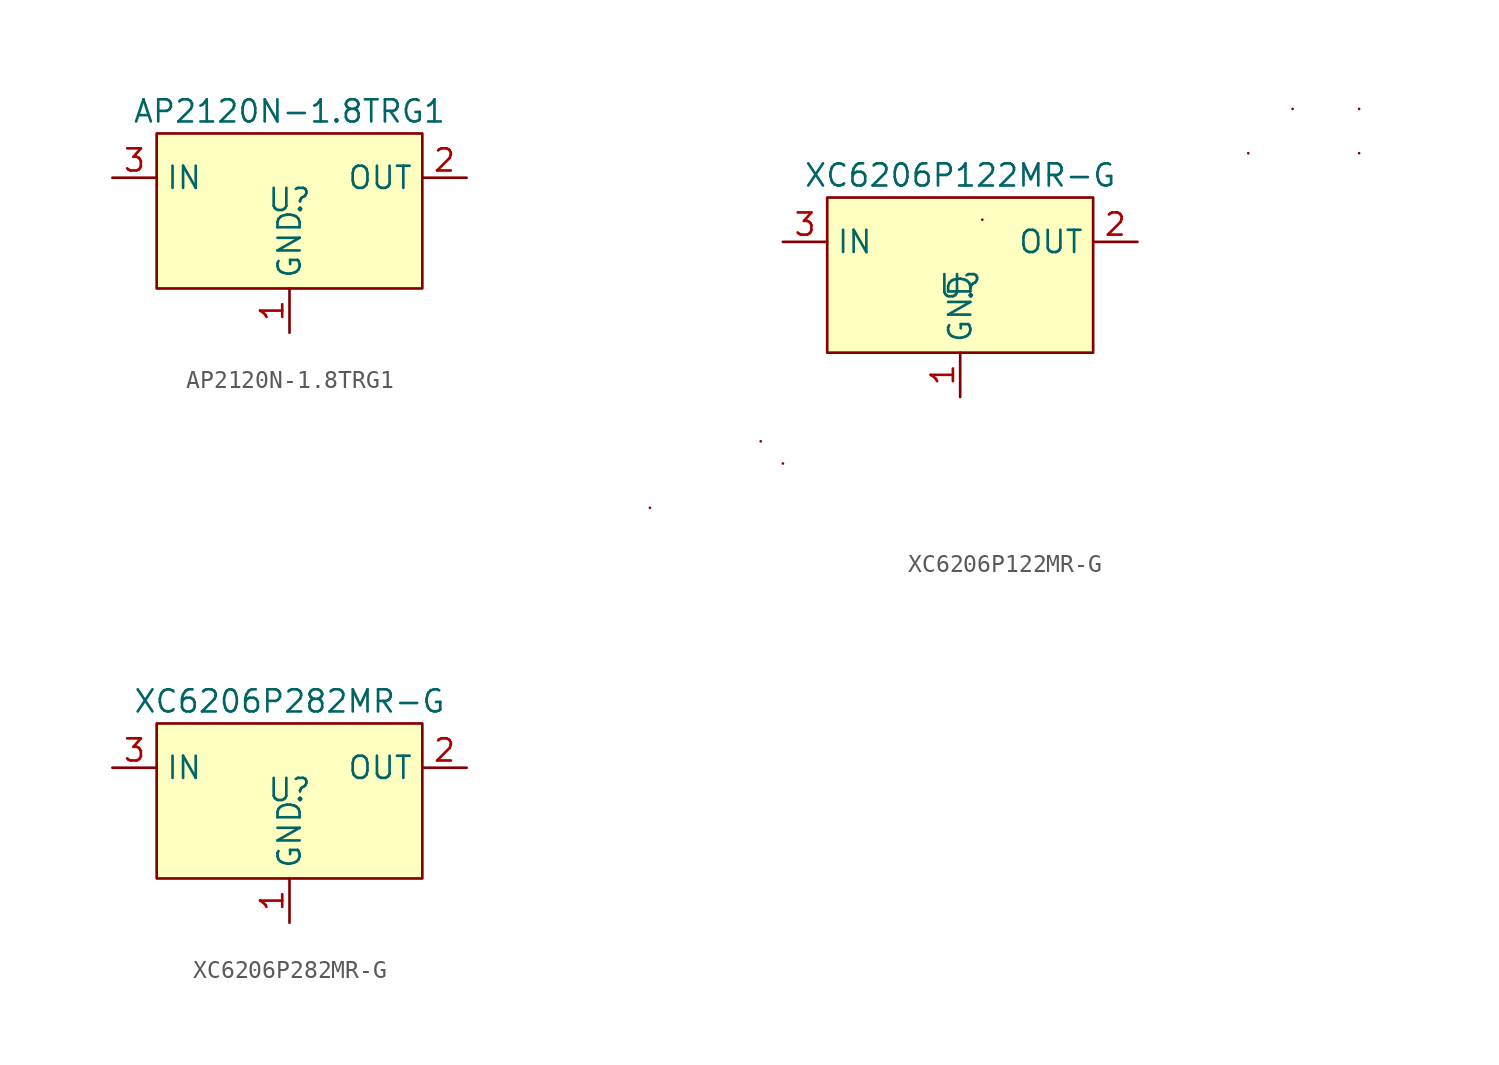
<source format=kicad_sym>
(kicad_symbol_lib
  (version 20211014)
  (generator kicad_symbol_editor)
  (symbol "AP2120N-1.8TRG1"
    (property "Reference" "U"
      (at 0 0 0)
      (effects (font (size 1.27 1.27))))
    (property "Value" "AP2120N-1.8TRG1"
      (at 0 5.08 0)
      (effects (font (size 1.27 1.27))))
    (symbol "AP2120N-1.8TRG1_0_1"
      (rectangle (start -7.62 3.81) (end 7.62 -5.08) (stroke (width 0) (type default) (color 0 0 0 0)) (fill (type background))))
    (symbol "AP2120N-1.8TRG1_1_1"
      (pin power_in line (at 0 -7.62 90) (length 2.54) (name "GND" (effects (font (size 1.27 1.27)))) (number "1" (effects (font (size 1.27 1.27)))))
      (pin power_out line (at 10.16 1.27 180) (length 2.54) (name "OUT" (effects (font (size 1.27 1.27)))) (number "2" (effects (font (size 1.27 1.27)))))
      (pin power_in line (at -10.16 1.27 0) (length 2.54) (name "IN" (effects (font (size 1.27 1.27)))) (number "3" (effects (font (size 1.27 1.27)))))))
  (symbol "XC6206P122MR-G"
    (property "Reference" "U"
      (at 0 -1.27 0)
      (effects (font (size 1.27 1.27))))
    (property "Value" "XC6206P122MR-G"
      (at 0 5.08 0)
      (effects (font (size 1.27 1.27))))
    (symbol "XC6206P122MR-G_0_1"
      (rectangle (start -17.78 -13.97) (end -17.78 -13.97) (stroke (width 0) (type default) (color 0 0 0 0)) (fill (type none)))
      (rectangle (start -11.43 -10.16) (end -11.43 -10.16) (stroke (width 0) (type default) (color 0 0 0 0)) (fill (type none)))
      (rectangle (start -10.16 -11.43) (end -10.16 -11.43) (stroke (width 0) (type default) (color 0 0 0 0)) (fill (type none)))
      (rectangle (start -7.62 3.81) (end 7.62 -5.08) (stroke (width 0) (type default) (color 0 0 0 0)) (fill (type background)))
      (rectangle (start 1.27 2.54) (end 1.27 2.54) (stroke (width 0) (type default) (color 0 0 0 0)) (fill (type none)))
      (rectangle (start 16.51 6.35) (end 16.51 6.35) (stroke (width 0) (type default) (color 0 0 0 0)) (fill (type none)))
      (rectangle (start 19.05 8.89) (end 19.05 8.89) (stroke (width 0) (type default) (color 0 0 0 0)) (fill (type none)))
      (rectangle (start 22.86 6.35) (end 22.86 6.35) (stroke (width 0) (type default) (color 0 0 0 0)) (fill (type none)))
      (rectangle (start 22.86 8.89) (end 22.86 8.89) (stroke (width 0) (type default) (color 0 0 0 0)) (fill (type none))))
    (symbol "XC6206P122MR-G_1_1"
      (pin power_in line (at 0 -7.62 90) (length 2.54) (name "GND" (effects (font (size 1.27 1.27)))) (number "1" (effects (font (size 1.27 1.27)))))
      (pin power_out line (at 10.16 1.27 180) (length 2.54) (name "OUT" (effects (font (size 1.27 1.27)))) (number "2" (effects (font (size 1.27 1.27)))))
      (pin power_in line (at -10.16 1.27 0) (length 2.54) (name "IN" (effects (font (size 1.27 1.27)))) (number "3" (effects (font (size 1.27 1.27)))))))
  (symbol "XC6206P282MR-G"
    (property "Reference" "U"
      (at 0 0 0)
      (effects (font (size 1.27 1.27))))
    (property "Value" "XC6206P282MR-G"
      (at 0 5.08 0)
      (effects (font (size 1.27 1.27))))
    (symbol "XC6206P282MR-G_0_1"
      (rectangle (start -7.62 3.81) (end 7.62 -5.08) (stroke (width 0) (type default) (color 0 0 0 0)) (fill (type background))))
    (symbol "XC6206P282MR-G_1_1"
      (pin power_in line (at 0 -7.62 90) (length 2.54) (name "GND" (effects (font (size 1.27 1.27)))) (number "1" (effects (font (size 1.27 1.27)))))
      (pin power_out line (at 10.16 1.27 180) (length 2.54) (name "OUT" (effects (font (size 1.27 1.27)))) (number "2" (effects (font (size 1.27 1.27)))))
      (pin power_in line (at -10.16 1.27 0) (length 2.54) (name "IN" (effects (font (size 1.27 1.27)))) (number "3" (effects (font (size 1.27 1.27))))))))
</source>
